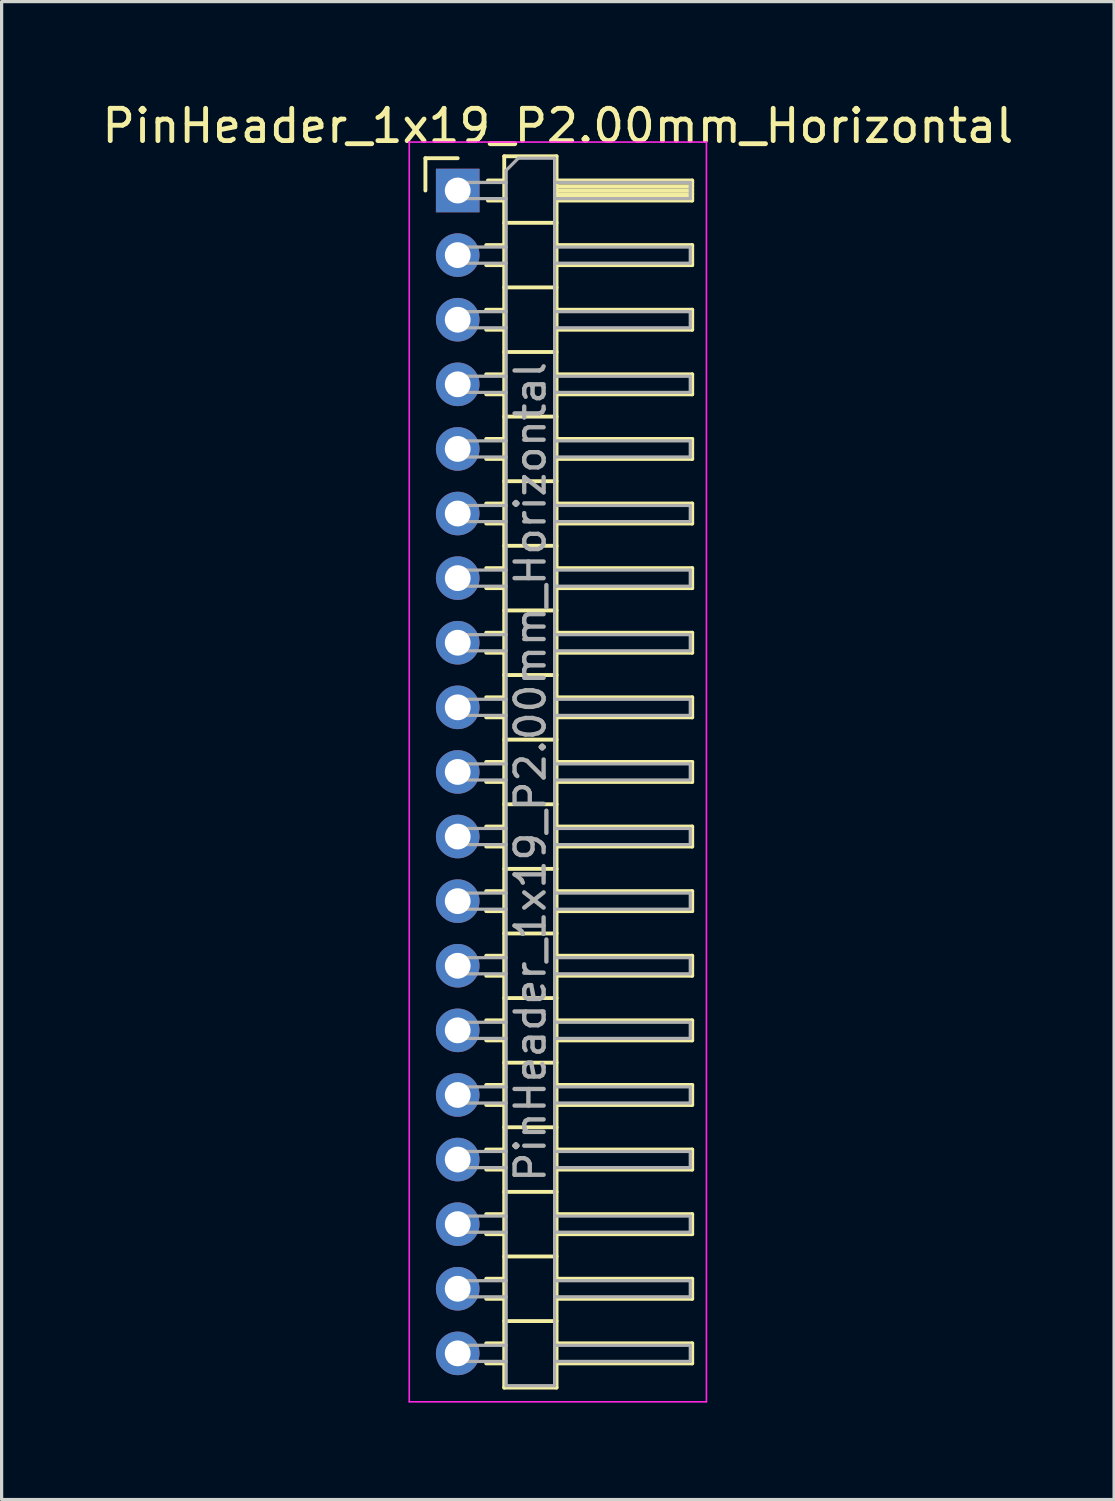
<source format=kicad_pcb>
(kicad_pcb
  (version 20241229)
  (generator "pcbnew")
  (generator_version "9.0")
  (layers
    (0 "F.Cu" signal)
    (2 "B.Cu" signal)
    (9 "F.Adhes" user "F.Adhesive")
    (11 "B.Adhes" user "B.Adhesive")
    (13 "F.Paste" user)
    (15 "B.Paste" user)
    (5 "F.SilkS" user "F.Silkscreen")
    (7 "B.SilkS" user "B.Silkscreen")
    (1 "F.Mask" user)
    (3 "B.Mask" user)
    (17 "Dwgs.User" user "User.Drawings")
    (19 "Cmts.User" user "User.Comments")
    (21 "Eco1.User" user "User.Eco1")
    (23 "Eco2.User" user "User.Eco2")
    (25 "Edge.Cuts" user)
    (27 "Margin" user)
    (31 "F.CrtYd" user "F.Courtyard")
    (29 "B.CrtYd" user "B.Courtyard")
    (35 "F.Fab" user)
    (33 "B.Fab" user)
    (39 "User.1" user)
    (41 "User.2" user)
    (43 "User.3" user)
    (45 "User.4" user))
  (footprint "PinHeader_1x19_P2.00mm_Horizontal"
    (layer "F.Cu")
    (at 11.12 2.848)
    (property "Reference" "PinHeader_1x19_P2.00mm_Horizontal" (at 3.1 -2 0) (layer "F.SilkS") (effects (font (size 1 1) (thickness 0.15))))
    (attr through_hole)
    (fp_line (start -1 -1) (end 0 -1) (stroke (width 0.12) (type solid)) (layer "F.SilkS"))
    (fp_line (start -1 0) (end -1 -1) (stroke (width 0.12) (type solid)) (layer "F.SilkS"))
    (fp_line (start 0.882 1.69) (end 1.44 1.69) (stroke (width 0.12) (type solid)) (layer "F.SilkS"))
    (fp_line (start 0.882 2.31) (end 1.44 2.31) (stroke (width 0.12) (type solid)) (layer "F.SilkS"))
    (fp_line (start 0.882 3.69) (end 1.44 3.69) (stroke (width 0.12) (type solid)) (layer "F.SilkS"))
    (fp_line (start 0.882 4.31) (end 1.44 4.31) (stroke (width 0.12) (type solid)) (layer "F.SilkS"))
    (fp_line (start 0.882 5.69) (end 1.44 5.69) (stroke (width 0.12) (type solid)) (layer "F.SilkS"))
    (fp_line (start 0.882 6.31) (end 1.44 6.31) (stroke (width 0.12) (type solid)) (layer "F.SilkS"))
    (fp_line (start 0.882 7.69) (end 1.44 7.69) (stroke (width 0.12) (type solid)) (layer "F.SilkS"))
    (fp_line (start 0.882 8.31) (end 1.44 8.31) (stroke (width 0.12) (type solid)) (layer "F.SilkS"))
    (fp_line (start 0.882 9.69) (end 1.44 9.69) (stroke (width 0.12) (type solid)) (layer "F.SilkS"))
    (fp_line (start 0.882 10.31) (end 1.44 10.31) (stroke (width 0.12) (type solid)) (layer "F.SilkS"))
    (fp_line (start 0.882 11.69) (end 1.44 11.69) (stroke (width 0.12) (type solid)) (layer "F.SilkS"))
    (fp_line (start 0.882 12.31) (end 1.44 12.31) (stroke (width 0.12) (type solid)) (layer "F.SilkS"))
    (fp_line (start 0.882 13.69) (end 1.44 13.69) (stroke (width 0.12) (type solid)) (layer "F.SilkS"))
    (fp_line (start 0.882 14.31) (end 1.44 14.31) (stroke (width 0.12) (type solid)) (layer "F.SilkS"))
    (fp_line (start 0.882 15.69) (end 1.44 15.69) (stroke (width 0.12) (type solid)) (layer "F.SilkS"))
    (fp_line (start 0.882 16.31) (end 1.44 16.31) (stroke (width 0.12) (type solid)) (layer "F.SilkS"))
    (fp_line (start 0.882 17.69) (end 1.44 17.69) (stroke (width 0.12) (type solid)) (layer "F.SilkS"))
    (fp_line (start 0.882 18.31) (end 1.44 18.31) (stroke (width 0.12) (type solid)) (layer "F.SilkS"))
    (fp_line (start 0.882 19.69) (end 1.44 19.69) (stroke (width 0.12) (type solid)) (layer "F.SilkS"))
    (fp_line (start 0.882 20.31) (end 1.44 20.31) (stroke (width 0.12) (type solid)) (layer "F.SilkS"))
    (fp_line (start 0.882 21.69) (end 1.44 21.69) (stroke (width 0.12) (type solid)) (layer "F.SilkS"))
    (fp_line (start 0.882 22.31) (end 1.44 22.31) (stroke (width 0.12) (type solid)) (layer "F.SilkS"))
    (fp_line (start 0.882 23.69) (end 1.44 23.69) (stroke (width 0.12) (type solid)) (layer "F.SilkS"))
    (fp_line (start 0.882 24.31) (end 1.44 24.31) (stroke (width 0.12) (type solid)) (layer "F.SilkS"))
    (fp_line (start 0.882 25.69) (end 1.44 25.69) (stroke (width 0.12) (type solid)) (layer "F.SilkS"))
    (fp_line (start 0.882 26.31) (end 1.44 26.31) (stroke (width 0.12) (type solid)) (layer "F.SilkS"))
    (fp_line (start 0.882 27.69) (end 1.44 27.69) (stroke (width 0.12) (type solid)) (layer "F.SilkS"))
    (fp_line (start 0.882 28.31) (end 1.44 28.31) (stroke (width 0.12) (type solid)) (layer "F.SilkS"))
    (fp_line (start 0.882 29.69) (end 1.44 29.69) (stroke (width 0.12) (type solid)) (layer "F.SilkS"))
    (fp_line (start 0.882 30.31) (end 1.44 30.31) (stroke (width 0.12) (type solid)) (layer "F.SilkS"))
    (fp_line (start 0.882 31.69) (end 1.44 31.69) (stroke (width 0.12) (type solid)) (layer "F.SilkS"))
    (fp_line (start 0.882 32.31) (end 1.44 32.31) (stroke (width 0.12) (type solid)) (layer "F.SilkS"))
    (fp_line (start 0.882 33.69) (end 1.44 33.69) (stroke (width 0.12) (type solid)) (layer "F.SilkS"))
    (fp_line (start 0.882 34.31) (end 1.44 34.31) (stroke (width 0.12) (type solid)) (layer "F.SilkS"))
    (fp_line (start 0.882 35.69) (end 1.44 35.69) (stroke (width 0.12) (type solid)) (layer "F.SilkS"))
    (fp_line (start 0.882 36.31) (end 1.44 36.31) (stroke (width 0.12) (type solid)) (layer "F.SilkS"))
    (fp_line (start 0.935 -0.31) (end 1.44 -0.31) (stroke (width 0.12) (type solid)) (layer "F.SilkS"))
    (fp_line (start 0.935 0.31) (end 1.44 0.31) (stroke (width 0.12) (type solid)) (layer "F.SilkS"))
    (fp_line (start 1.44 -1.06) (end 1.44 37.06) (stroke (width 0.12) (type solid)) (layer "F.SilkS"))
    (fp_line (start 1.44 1) (end 3.06 1) (stroke (width 0.12) (type solid)) (layer "F.SilkS"))
    (fp_line (start 1.44 3) (end 3.06 3) (stroke (width 0.12) (type solid)) (layer "F.SilkS"))
    (fp_line (start 1.44 5) (end 3.06 5) (stroke (width 0.12) (type solid)) (layer "F.SilkS"))
    (fp_line (start 1.44 7) (end 3.06 7) (stroke (width 0.12) (type solid)) (layer "F.SilkS"))
    (fp_line (start 1.44 9) (end 3.06 9) (stroke (width 0.12) (type solid)) (layer "F.SilkS"))
    (fp_line (start 1.44 11) (end 3.06 11) (stroke (width 0.12) (type solid)) (layer "F.SilkS"))
    (fp_line (start 1.44 13) (end 3.06 13) (stroke (width 0.12) (type solid)) (layer "F.SilkS"))
    (fp_line (start 1.44 15) (end 3.06 15) (stroke (width 0.12) (type solid)) (layer "F.SilkS"))
    (fp_line (start 1.44 17) (end 3.06 17) (stroke (width 0.12) (type solid)) (layer "F.SilkS"))
    (fp_line (start 1.44 19) (end 3.06 19) (stroke (width 0.12) (type solid)) (layer "F.SilkS"))
    (fp_line (start 1.44 21) (end 3.06 21) (stroke (width 0.12) (type solid)) (layer "F.SilkS"))
    (fp_line (start 1.44 23) (end 3.06 23) (stroke (width 0.12) (type solid)) (layer "F.SilkS"))
    (fp_line (start 1.44 25) (end 3.06 25) (stroke (width 0.12) (type solid)) (layer "F.SilkS"))
    (fp_line (start 1.44 27) (end 3.06 27) (stroke (width 0.12) (type solid)) (layer "F.SilkS"))
    (fp_line (start 1.44 29) (end 3.06 29) (stroke (width 0.12) (type solid)) (layer "F.SilkS"))
    (fp_line (start 1.44 31) (end 3.06 31) (stroke (width 0.12) (type solid)) (layer "F.SilkS"))
    (fp_line (start 1.44 33) (end 3.06 33) (stroke (width 0.12) (type solid)) (layer "F.SilkS"))
    (fp_line (start 1.44 35) (end 3.06 35) (stroke (width 0.12) (type solid)) (layer "F.SilkS"))
    (fp_line (start 1.44 37.06) (end 3.06 37.06) (stroke (width 0.12) (type solid)) (layer "F.SilkS"))
    (fp_line (start 3.06 -1.06) (end 1.44 -1.06) (stroke (width 0.12) (type solid)) (layer "F.SilkS"))
    (fp_line (start 3.06 -0.31) (end 7.26 -0.31) (stroke (width 0.12) (type solid)) (layer "F.SilkS"))
    (fp_line (start 3.06 -0.25) (end 7.26 -0.25) (stroke (width 0.12) (type solid)) (layer "F.SilkS"))
    (fp_line (start 3.06 -0.13) (end 7.26 -0.13) (stroke (width 0.12) (type solid)) (layer "F.SilkS"))
    (fp_line (start 3.06 -0.01) (end 7.26 -0.01) (stroke (width 0.12) (type solid)) (layer "F.SilkS"))
    (fp_line (start 3.06 0.11) (end 7.26 0.11) (stroke (width 0.12) (type solid)) (layer "F.SilkS"))
    (fp_line (start 3.06 0.23) (end 7.26 0.23) (stroke (width 0.12) (type solid)) (layer "F.SilkS"))
    (fp_line (start 3.06 1.69) (end 7.26 1.69) (stroke (width 0.12) (type solid)) (layer "F.SilkS"))
    (fp_line (start 3.06 3.69) (end 7.26 3.69) (stroke (width 0.12) (type solid)) (layer "F.SilkS"))
    (fp_line (start 3.06 5.69) (end 7.26 5.69) (stroke (width 0.12) (type solid)) (layer "F.SilkS"))
    (fp_line (start 3.06 7.69) (end 7.26 7.69) (stroke (width 0.12) (type solid)) (layer "F.SilkS"))
    (fp_line (start 3.06 9.69) (end 7.26 9.69) (stroke (width 0.12) (type solid)) (layer "F.SilkS"))
    (fp_line (start 3.06 11.69) (end 7.26 11.69) (stroke (width 0.12) (type solid)) (layer "F.SilkS"))
    (fp_line (start 3.06 13.69) (end 7.26 13.69) (stroke (width 0.12) (type solid)) (layer "F.SilkS"))
    (fp_line (start 3.06 15.69) (end 7.26 15.69) (stroke (width 0.12) (type solid)) (layer "F.SilkS"))
    (fp_line (start 3.06 17.69) (end 7.26 17.69) (stroke (width 0.12) (type solid)) (layer "F.SilkS"))
    (fp_line (start 3.06 19.69) (end 7.26 19.69) (stroke (width 0.12) (type solid)) (layer "F.SilkS"))
    (fp_line (start 3.06 21.69) (end 7.26 21.69) (stroke (width 0.12) (type solid)) (layer "F.SilkS"))
    (fp_line (start 3.06 23.69) (end 7.26 23.69) (stroke (width 0.12) (type solid)) (layer "F.SilkS"))
    (fp_line (start 3.06 25.69) (end 7.26 25.69) (stroke (width 0.12) (type solid)) (layer "F.SilkS"))
    (fp_line (start 3.06 27.69) (end 7.26 27.69) (stroke (width 0.12) (type solid)) (layer "F.SilkS"))
    (fp_line (start 3.06 29.69) (end 7.26 29.69) (stroke (width 0.12) (type solid)) (layer "F.SilkS"))
    (fp_line (start 3.06 31.69) (end 7.26 31.69) (stroke (width 0.12) (type solid)) (layer "F.SilkS"))
    (fp_line (start 3.06 33.69) (end 7.26 33.69) (stroke (width 0.12) (type solid)) (layer "F.SilkS"))
    (fp_line (start 3.06 35.69) (end 7.26 35.69) (stroke (width 0.12) (type solid)) (layer "F.SilkS"))
    (fp_line (start 3.06 37.06) (end 3.06 -1.06) (stroke (width 0.12) (type solid)) (layer "F.SilkS"))
    (fp_line (start 7.26 -0.31) (end 7.26 0.31) (stroke (width 0.12) (type solid)) (layer "F.SilkS"))
    (fp_line (start 7.26 0.31) (end 3.06 0.31) (stroke (width 0.12) (type solid)) (layer "F.SilkS"))
    (fp_line (start 7.26 1.69) (end 7.26 2.31) (stroke (width 0.12) (type solid)) (layer "F.SilkS"))
    (fp_line (start 7.26 2.31) (end 3.06 2.31) (stroke (width 0.12) (type solid)) (layer "F.SilkS"))
    (fp_line (start 7.26 3.69) (end 7.26 4.31) (stroke (width 0.12) (type solid)) (layer "F.SilkS"))
    (fp_line (start 7.26 4.31) (end 3.06 4.31) (stroke (width 0.12) (type solid)) (layer "F.SilkS"))
    (fp_line (start 7.26 5.69) (end 7.26 6.31) (stroke (width 0.12) (type solid)) (layer "F.SilkS"))
    (fp_line (start 7.26 6.31) (end 3.06 6.31) (stroke (width 0.12) (type solid)) (layer "F.SilkS"))
    (fp_line (start 7.26 7.69) (end 7.26 8.31) (stroke (width 0.12) (type solid)) (layer "F.SilkS"))
    (fp_line (start 7.26 8.31) (end 3.06 8.31) (stroke (width 0.12) (type solid)) (layer "F.SilkS"))
    (fp_line (start 7.26 9.69) (end 7.26 10.31) (stroke (width 0.12) (type solid)) (layer "F.SilkS"))
    (fp_line (start 7.26 10.31) (end 3.06 10.31) (stroke (width 0.12) (type solid)) (layer "F.SilkS"))
    (fp_line (start 7.26 11.69) (end 7.26 12.31) (stroke (width 0.12) (type solid)) (layer "F.SilkS"))
    (fp_line (start 7.26 12.31) (end 3.06 12.31) (stroke (width 0.12) (type solid)) (layer "F.SilkS"))
    (fp_line (start 7.26 13.69) (end 7.26 14.31) (stroke (width 0.12) (type solid)) (layer "F.SilkS"))
    (fp_line (start 7.26 14.31) (end 3.06 14.31) (stroke (width 0.12) (type solid)) (layer "F.SilkS"))
    (fp_line (start 7.26 15.69) (end 7.26 16.31) (stroke (width 0.12) (type solid)) (layer "F.SilkS"))
    (fp_line (start 7.26 16.31) (end 3.06 16.31) (stroke (width 0.12) (type solid)) (layer "F.SilkS"))
    (fp_line (start 7.26 17.69) (end 7.26 18.31) (stroke (width 0.12) (type solid)) (layer "F.SilkS"))
    (fp_line (start 7.26 18.31) (end 3.06 18.31) (stroke (width 0.12) (type solid)) (layer "F.SilkS"))
    (fp_line (start 7.26 19.69) (end 7.26 20.31) (stroke (width 0.12) (type solid)) (layer "F.SilkS"))
    (fp_line (start 7.26 20.31) (end 3.06 20.31) (stroke (width 0.12) (type solid)) (layer "F.SilkS"))
    (fp_line (start 7.26 21.69) (end 7.26 22.31) (stroke (width 0.12) (type solid)) (layer "F.SilkS"))
    (fp_line (start 7.26 22.31) (end 3.06 22.31) (stroke (width 0.12) (type solid)) (layer "F.SilkS"))
    (fp_line (start 7.26 23.69) (end 7.26 24.31) (stroke (width 0.12) (type solid)) (layer "F.SilkS"))
    (fp_line (start 7.26 24.31) (end 3.06 24.31) (stroke (width 0.12) (type solid)) (layer "F.SilkS"))
    (fp_line (start 7.26 25.69) (end 7.26 26.31) (stroke (width 0.12) (type solid)) (layer "F.SilkS"))
    (fp_line (start 7.26 26.31) (end 3.06 26.31) (stroke (width 0.12) (type solid)) (layer "F.SilkS"))
    (fp_line (start 7.26 27.69) (end 7.26 28.31) (stroke (width 0.12) (type solid)) (layer "F.SilkS"))
    (fp_line (start 7.26 28.31) (end 3.06 28.31) (stroke (width 0.12) (type solid)) (layer "F.SilkS"))
    (fp_line (start 7.26 29.69) (end 7.26 30.31) (stroke (width 0.12) (type solid)) (layer "F.SilkS"))
    (fp_line (start 7.26 30.31) (end 3.06 30.31) (stroke (width 0.12) (type solid)) (layer "F.SilkS"))
    (fp_line (start 7.26 31.69) (end 7.26 32.31) (stroke (width 0.12) (type solid)) (layer "F.SilkS"))
    (fp_line (start 7.26 32.31) (end 3.06 32.31) (stroke (width 0.12) (type solid)) (layer "F.SilkS"))
    (fp_line (start 7.26 33.69) (end 7.26 34.31) (stroke (width 0.12) (type solid)) (layer "F.SilkS"))
    (fp_line (start 7.26 34.31) (end 3.06 34.31) (stroke (width 0.12) (type solid)) (layer "F.SilkS"))
    (fp_line (start 7.26 35.69) (end 7.26 36.31) (stroke (width 0.12) (type solid)) (layer "F.SilkS"))
    (fp_line (start 7.26 36.31) (end 3.06 36.31) (stroke (width 0.12) (type solid)) (layer "F.SilkS"))
    (fp_line (start -1.5 -1.5) (end -1.5 37.5) (stroke (width 0.05) (type solid)) (layer "F.CrtYd"))
    (fp_line (start -1.5 37.5) (end 7.7 37.5) (stroke (width 0.05) (type solid)) (layer "F.CrtYd"))
    (fp_line (start 7.7 -1.5) (end -1.5 -1.5) (stroke (width 0.05) (type solid)) (layer "F.CrtYd"))
    (fp_line (start 7.7 37.5) (end 7.7 -1.5) (stroke (width 0.05) (type solid)) (layer "F.CrtYd"))
    (fp_line (start -0.25 -0.25) (end -0.25 0.25) (stroke (width 0.1) (type solid)) (layer "F.Fab"))
    (fp_line (start -0.25 -0.25) (end 1.5 -0.25) (stroke (width 0.1) (type solid)) (layer "F.Fab"))
    (fp_line (start -0.25 0.25) (end 1.5 0.25) (stroke (width 0.1) (type solid)) (layer "F.Fab"))
    (fp_line (start -0.25 1.75) (end -0.25 2.25) (stroke (width 0.1) (type solid)) (layer "F.Fab"))
    (fp_line (start -0.25 1.75) (end 1.5 1.75) (stroke (width 0.1) (type solid)) (layer "F.Fab"))
    (fp_line (start -0.25 2.25) (end 1.5 2.25) (stroke (width 0.1) (type solid)) (layer "F.Fab"))
    (fp_line (start -0.25 3.75) (end -0.25 4.25) (stroke (width 0.1) (type solid)) (layer "F.Fab"))
    (fp_line (start -0.25 3.75) (end 1.5 3.75) (stroke (width 0.1) (type solid)) (layer "F.Fab"))
    (fp_line (start -0.25 4.25) (end 1.5 4.25) (stroke (width 0.1) (type solid)) (layer "F.Fab"))
    (fp_line (start -0.25 5.75) (end -0.25 6.25) (stroke (width 0.1) (type solid)) (layer "F.Fab"))
    (fp_line (start -0.25 5.75) (end 1.5 5.75) (stroke (width 0.1) (type solid)) (layer "F.Fab"))
    (fp_line (start -0.25 6.25) (end 1.5 6.25) (stroke (width 0.1) (type solid)) (layer "F.Fab"))
    (fp_line (start -0.25 7.75) (end -0.25 8.25) (stroke (width 0.1) (type solid)) (layer "F.Fab"))
    (fp_line (start -0.25 7.75) (end 1.5 7.75) (stroke (width 0.1) (type solid)) (layer "F.Fab"))
    (fp_line (start -0.25 8.25) (end 1.5 8.25) (stroke (width 0.1) (type solid)) (layer "F.Fab"))
    (fp_line (start -0.25 9.75) (end -0.25 10.25) (stroke (width 0.1) (type solid)) (layer "F.Fab"))
    (fp_line (start -0.25 9.75) (end 1.5 9.75) (stroke (width 0.1) (type solid)) (layer "F.Fab"))
    (fp_line (start -0.25 10.25) (end 1.5 10.25) (stroke (width 0.1) (type solid)) (layer "F.Fab"))
    (fp_line (start -0.25 11.75) (end -0.25 12.25) (stroke (width 0.1) (type solid)) (layer "F.Fab"))
    (fp_line (start -0.25 11.75) (end 1.5 11.75) (stroke (width 0.1) (type solid)) (layer "F.Fab"))
    (fp_line (start -0.25 12.25) (end 1.5 12.25) (stroke (width 0.1) (type solid)) (layer "F.Fab"))
    (fp_line (start -0.25 13.75) (end -0.25 14.25) (stroke (width 0.1) (type solid)) (layer "F.Fab"))
    (fp_line (start -0.25 13.75) (end 1.5 13.75) (stroke (width 0.1) (type solid)) (layer "F.Fab"))
    (fp_line (start -0.25 14.25) (end 1.5 14.25) (stroke (width 0.1) (type solid)) (layer "F.Fab"))
    (fp_line (start -0.25 15.75) (end -0.25 16.25) (stroke (width 0.1) (type solid)) (layer "F.Fab"))
    (fp_line (start -0.25 15.75) (end 1.5 15.75) (stroke (width 0.1) (type solid)) (layer "F.Fab"))
    (fp_line (start -0.25 16.25) (end 1.5 16.25) (stroke (width 0.1) (type solid)) (layer "F.Fab"))
    (fp_line (start -0.25 17.75) (end -0.25 18.25) (stroke (width 0.1) (type solid)) (layer "F.Fab"))
    (fp_line (start -0.25 17.75) (end 1.5 17.75) (stroke (width 0.1) (type solid)) (layer "F.Fab"))
    (fp_line (start -0.25 18.25) (end 1.5 18.25) (stroke (width 0.1) (type solid)) (layer "F.Fab"))
    (fp_line (start -0.25 19.75) (end -0.25 20.25) (stroke (width 0.1) (type solid)) (layer "F.Fab"))
    (fp_line (start -0.25 19.75) (end 1.5 19.75) (stroke (width 0.1) (type solid)) (layer "F.Fab"))
    (fp_line (start -0.25 20.25) (end 1.5 20.25) (stroke (width 0.1) (type solid)) (layer "F.Fab"))
    (fp_line (start -0.25 21.75) (end -0.25 22.25) (stroke (width 0.1) (type solid)) (layer "F.Fab"))
    (fp_line (start -0.25 21.75) (end 1.5 21.75) (stroke (width 0.1) (type solid)) (layer "F.Fab"))
    (fp_line (start -0.25 22.25) (end 1.5 22.25) (stroke (width 0.1) (type solid)) (layer "F.Fab"))
    (fp_line (start -0.25 23.75) (end -0.25 24.25) (stroke (width 0.1) (type solid)) (layer "F.Fab"))
    (fp_line (start -0.25 23.75) (end 1.5 23.75) (stroke (width 0.1) (type solid)) (layer "F.Fab"))
    (fp_line (start -0.25 24.25) (end 1.5 24.25) (stroke (width 0.1) (type solid)) (layer "F.Fab"))
    (fp_line (start -0.25 25.75) (end -0.25 26.25) (stroke (width 0.1) (type solid)) (layer "F.Fab"))
    (fp_line (start -0.25 25.75) (end 1.5 25.75) (stroke (width 0.1) (type solid)) (layer "F.Fab"))
    (fp_line (start -0.25 26.25) (end 1.5 26.25) (stroke (width 0.1) (type solid)) (layer "F.Fab"))
    (fp_line (start -0.25 27.75) (end -0.25 28.25) (stroke (width 0.1) (type solid)) (layer "F.Fab"))
    (fp_line (start -0.25 27.75) (end 1.5 27.75) (stroke (width 0.1) (type solid)) (layer "F.Fab"))
    (fp_line (start -0.25 28.25) (end 1.5 28.25) (stroke (width 0.1) (type solid)) (layer "F.Fab"))
    (fp_line (start -0.25 29.75) (end -0.25 30.25) (stroke (width 0.1) (type solid)) (layer "F.Fab"))
    (fp_line (start -0.25 29.75) (end 1.5 29.75) (stroke (width 0.1) (type solid)) (layer "F.Fab"))
    (fp_line (start -0.25 30.25) (end 1.5 30.25) (stroke (width 0.1) (type solid)) (layer "F.Fab"))
    (fp_line (start -0.25 31.75) (end -0.25 32.25) (stroke (width 0.1) (type solid)) (layer "F.Fab"))
    (fp_line (start -0.25 31.75) (end 1.5 31.75) (stroke (width 0.1) (type solid)) (layer "F.Fab"))
    (fp_line (start -0.25 32.25) (end 1.5 32.25) (stroke (width 0.1) (type solid)) (layer "F.Fab"))
    (fp_line (start -0.25 33.75) (end -0.25 34.25) (stroke (width 0.1) (type solid)) (layer "F.Fab"))
    (fp_line (start -0.25 33.75) (end 1.5 33.75) (stroke (width 0.1) (type solid)) (layer "F.Fab"))
    (fp_line (start -0.25 34.25) (end 1.5 34.25) (stroke (width 0.1) (type solid)) (layer "F.Fab"))
    (fp_line (start -0.25 35.75) (end -0.25 36.25) (stroke (width 0.1) (type solid)) (layer "F.Fab"))
    (fp_line (start -0.25 35.75) (end 1.5 35.75) (stroke (width 0.1) (type solid)) (layer "F.Fab"))
    (fp_line (start -0.25 36.25) (end 1.5 36.25) (stroke (width 0.1) (type solid)) (layer "F.Fab"))
    (fp_line (start 1.5 -0.625) (end 1.875 -1) (stroke (width 0.1) (type solid)) (layer "F.Fab"))
    (fp_line (start 1.5 37) (end 1.5 -0.625) (stroke (width 0.1) (type solid)) (layer "F.Fab"))
    (fp_line (start 1.875 -1) (end 3 -1) (stroke (width 0.1) (type solid)) (layer "F.Fab"))
    (fp_line (start 3 -1) (end 3 37) (stroke (width 0.1) (type solid)) (layer "F.Fab"))
    (fp_line (start 3 -0.25) (end 7.2 -0.25) (stroke (width 0.1) (type solid)) (layer "F.Fab"))
    (fp_line (start 3 0.25) (end 7.2 0.25) (stroke (width 0.1) (type solid)) (layer "F.Fab"))
    (fp_line (start 3 1.75) (end 7.2 1.75) (stroke (width 0.1) (type solid)) (layer "F.Fab"))
    (fp_line (start 3 2.25) (end 7.2 2.25) (stroke (width 0.1) (type solid)) (layer "F.Fab"))
    (fp_line (start 3 3.75) (end 7.2 3.75) (stroke (width 0.1) (type solid)) (layer "F.Fab"))
    (fp_line (start 3 4.25) (end 7.2 4.25) (stroke (width 0.1) (type solid)) (layer "F.Fab"))
    (fp_line (start 3 5.75) (end 7.2 5.75) (stroke (width 0.1) (type solid)) (layer "F.Fab"))
    (fp_line (start 3 6.25) (end 7.2 6.25) (stroke (width 0.1) (type solid)) (layer "F.Fab"))
    (fp_line (start 3 7.75) (end 7.2 7.75) (stroke (width 0.1) (type solid)) (layer "F.Fab"))
    (fp_line (start 3 8.25) (end 7.2 8.25) (stroke (width 0.1) (type solid)) (layer "F.Fab"))
    (fp_line (start 3 9.75) (end 7.2 9.75) (stroke (width 0.1) (type solid)) (layer "F.Fab"))
    (fp_line (start 3 10.25) (end 7.2 10.25) (stroke (width 0.1) (type solid)) (layer "F.Fab"))
    (fp_line (start 3 11.75) (end 7.2 11.75) (stroke (width 0.1) (type solid)) (layer "F.Fab"))
    (fp_line (start 3 12.25) (end 7.2 12.25) (stroke (width 0.1) (type solid)) (layer "F.Fab"))
    (fp_line (start 3 13.75) (end 7.2 13.75) (stroke (width 0.1) (type solid)) (layer "F.Fab"))
    (fp_line (start 3 14.25) (end 7.2 14.25) (stroke (width 0.1) (type solid)) (layer "F.Fab"))
    (fp_line (start 3 15.75) (end 7.2 15.75) (stroke (width 0.1) (type solid)) (layer "F.Fab"))
    (fp_line (start 3 16.25) (end 7.2 16.25) (stroke (width 0.1) (type solid)) (layer "F.Fab"))
    (fp_line (start 3 17.75) (end 7.2 17.75) (stroke (width 0.1) (type solid)) (layer "F.Fab"))
    (fp_line (start 3 18.25) (end 7.2 18.25) (stroke (width 0.1) (type solid)) (layer "F.Fab"))
    (fp_line (start 3 19.75) (end 7.2 19.75) (stroke (width 0.1) (type solid)) (layer "F.Fab"))
    (fp_line (start 3 20.25) (end 7.2 20.25) (stroke (width 0.1) (type solid)) (layer "F.Fab"))
    (fp_line (start 3 21.75) (end 7.2 21.75) (stroke (width 0.1) (type solid)) (layer "F.Fab"))
    (fp_line (start 3 22.25) (end 7.2 22.25) (stroke (width 0.1) (type solid)) (layer "F.Fab"))
    (fp_line (start 3 23.75) (end 7.2 23.75) (stroke (width 0.1) (type solid)) (layer "F.Fab"))
    (fp_line (start 3 24.25) (end 7.2 24.25) (stroke (width 0.1) (type solid)) (layer "F.Fab"))
    (fp_line (start 3 25.75) (end 7.2 25.75) (stroke (width 0.1) (type solid)) (layer "F.Fab"))
    (fp_line (start 3 26.25) (end 7.2 26.25) (stroke (width 0.1) (type solid)) (layer "F.Fab"))
    (fp_line (start 3 27.75) (end 7.2 27.75) (stroke (width 0.1) (type solid)) (layer "F.Fab"))
    (fp_line (start 3 28.25) (end 7.2 28.25) (stroke (width 0.1) (type solid)) (layer "F.Fab"))
    (fp_line (start 3 29.75) (end 7.2 29.75) (stroke (width 0.1) (type solid)) (layer "F.Fab"))
    (fp_line (start 3 30.25) (end 7.2 30.25) (stroke (width 0.1) (type solid)) (layer "F.Fab"))
    (fp_line (start 3 31.75) (end 7.2 31.75) (stroke (width 0.1) (type solid)) (layer "F.Fab"))
    (fp_line (start 3 32.25) (end 7.2 32.25) (stroke (width 0.1) (type solid)) (layer "F.Fab"))
    (fp_line (start 3 33.75) (end 7.2 33.75) (stroke (width 0.1) (type solid)) (layer "F.Fab"))
    (fp_line (start 3 34.25) (end 7.2 34.25) (stroke (width 0.1) (type solid)) (layer "F.Fab"))
    (fp_line (start 3 35.75) (end 7.2 35.75) (stroke (width 0.1) (type solid)) (layer "F.Fab"))
    (fp_line (start 3 36.25) (end 7.2 36.25) (stroke (width 0.1) (type solid)) (layer "F.Fab"))
    (fp_line (start 3 37) (end 1.5 37) (stroke (width 0.1) (type solid)) (layer "F.Fab"))
    (fp_line (start 7.2 -0.25) (end 7.2 0.25) (stroke (width 0.1) (type solid)) (layer "F.Fab"))
    (fp_line (start 7.2 1.75) (end 7.2 2.25) (stroke (width 0.1) (type solid)) (layer "F.Fab"))
    (fp_line (start 7.2 3.75) (end 7.2 4.25) (stroke (width 0.1) (type solid)) (layer "F.Fab"))
    (fp_line (start 7.2 5.75) (end 7.2 6.25) (stroke (width 0.1) (type solid)) (layer "F.Fab"))
    (fp_line (start 7.2 7.75) (end 7.2 8.25) (stroke (width 0.1) (type solid)) (layer "F.Fab"))
    (fp_line (start 7.2 9.75) (end 7.2 10.25) (stroke (width 0.1) (type solid)) (layer "F.Fab"))
    (fp_line (start 7.2 11.75) (end 7.2 12.25) (stroke (width 0.1) (type solid)) (layer "F.Fab"))
    (fp_line (start 7.2 13.75) (end 7.2 14.25) (stroke (width 0.1) (type solid)) (layer "F.Fab"))
    (fp_line (start 7.2 15.75) (end 7.2 16.25) (stroke (width 0.1) (type solid)) (layer "F.Fab"))
    (fp_line (start 7.2 17.75) (end 7.2 18.25) (stroke (width 0.1) (type solid)) (layer "F.Fab"))
    (fp_line (start 7.2 19.75) (end 7.2 20.25) (stroke (width 0.1) (type solid)) (layer "F.Fab"))
    (fp_line (start 7.2 21.75) (end 7.2 22.25) (stroke (width 0.1) (type solid)) (layer "F.Fab"))
    (fp_line (start 7.2 23.75) (end 7.2 24.25) (stroke (width 0.1) (type solid)) (layer "F.Fab"))
    (fp_line (start 7.2 25.75) (end 7.2 26.25) (stroke (width 0.1) (type solid)) (layer "F.Fab"))
    (fp_line (start 7.2 27.75) (end 7.2 28.25) (stroke (width 0.1) (type solid)) (layer "F.Fab"))
    (fp_line (start 7.2 29.75) (end 7.2 30.25) (stroke (width 0.1) (type solid)) (layer "F.Fab"))
    (fp_line (start 7.2 31.75) (end 7.2 32.25) (stroke (width 0.1) (type solid)) (layer "F.Fab"))
    (fp_line (start 7.2 33.75) (end 7.2 34.25) (stroke (width 0.1) (type solid)) (layer "F.Fab"))
    (fp_line (start 7.2 35.75) (end 7.2 36.25) (stroke (width 0.1) (type solid)) (layer "F.Fab"))
    (fp_text user "${REFERENCE}" (at 2.25 18 90) (layer "F.Fab") (effects (font (size 0.9 0.9) (thickness 0.135))))
    (pad "1" thru_hole rect (at 0 0) (size 1.35 1.35) (drill 0.8) (layers "*.Cu" "*.Mask"))
    (pad "2" thru_hole oval (at 0 2) (size 1.35 1.35) (drill 0.8) (layers "*.Cu" "*.Mask"))
    (pad "3" thru_hole oval (at 0 4) (size 1.35 1.35) (drill 0.8) (layers "*.Cu" "*.Mask"))
    (pad "4" thru_hole oval (at 0 6) (size 1.35 1.35) (drill 0.8) (layers "*.Cu" "*.Mask"))
    (pad "5" thru_hole oval (at 0 8) (size 1.35 1.35) (drill 0.8) (layers "*.Cu" "*.Mask"))
    (pad "6" thru_hole oval (at 0 10) (size 1.35 1.35) (drill 0.8) (layers "*.Cu" "*.Mask"))
    (pad "7" thru_hole oval (at 0 12) (size 1.35 1.35) (drill 0.8) (layers "*.Cu" "*.Mask"))
    (pad "8" thru_hole oval (at 0 14) (size 1.35 1.35) (drill 0.8) (layers "*.Cu" "*.Mask"))
    (pad "9" thru_hole oval (at 0 16) (size 1.35 1.35) (drill 0.8) (layers "*.Cu" "*.Mask"))
    (pad "10" thru_hole oval (at 0 18) (size 1.35 1.35) (drill 0.8) (layers "*.Cu" "*.Mask"))
    (pad "11" thru_hole oval (at 0 20) (size 1.35 1.35) (drill 0.8) (layers "*.Cu" "*.Mask"))
    (pad "12" thru_hole oval (at 0 22) (size 1.35 1.35) (drill 0.8) (layers "*.Cu" "*.Mask"))
    (pad "13" thru_hole oval (at 0 24) (size 1.35 1.35) (drill 0.8) (layers "*.Cu" "*.Mask"))
    (pad "14" thru_hole oval (at 0 26) (size 1.35 1.35) (drill 0.8) (layers "*.Cu" "*.Mask"))
    (pad "15" thru_hole oval (at 0 28) (size 1.35 1.35) (drill 0.8) (layers "*.Cu" "*.Mask"))
    (pad "16" thru_hole oval (at 0 30) (size 1.35 1.35) (drill 0.8) (layers "*.Cu" "*.Mask"))
    (pad "17" thru_hole oval (at 0 32) (size 1.35 1.35) (drill 0.8) (layers "*.Cu" "*.Mask"))
    (pad "18" thru_hole oval (at 0 34) (size 1.35 1.35) (drill 0.8) (layers "*.Cu" "*.Mask"))
    (pad "19" thru_hole oval (at 0 36) (size 1.35 1.35) (drill 0.8) (layers "*.Cu" "*.Mask")))
  (gr_rect
    (start -3 -3)
    (end 31.44 43.373)
    (stroke (width 0.1) (type default))
    (fill no)
    (layer "Edge.Cuts")))
</source>
